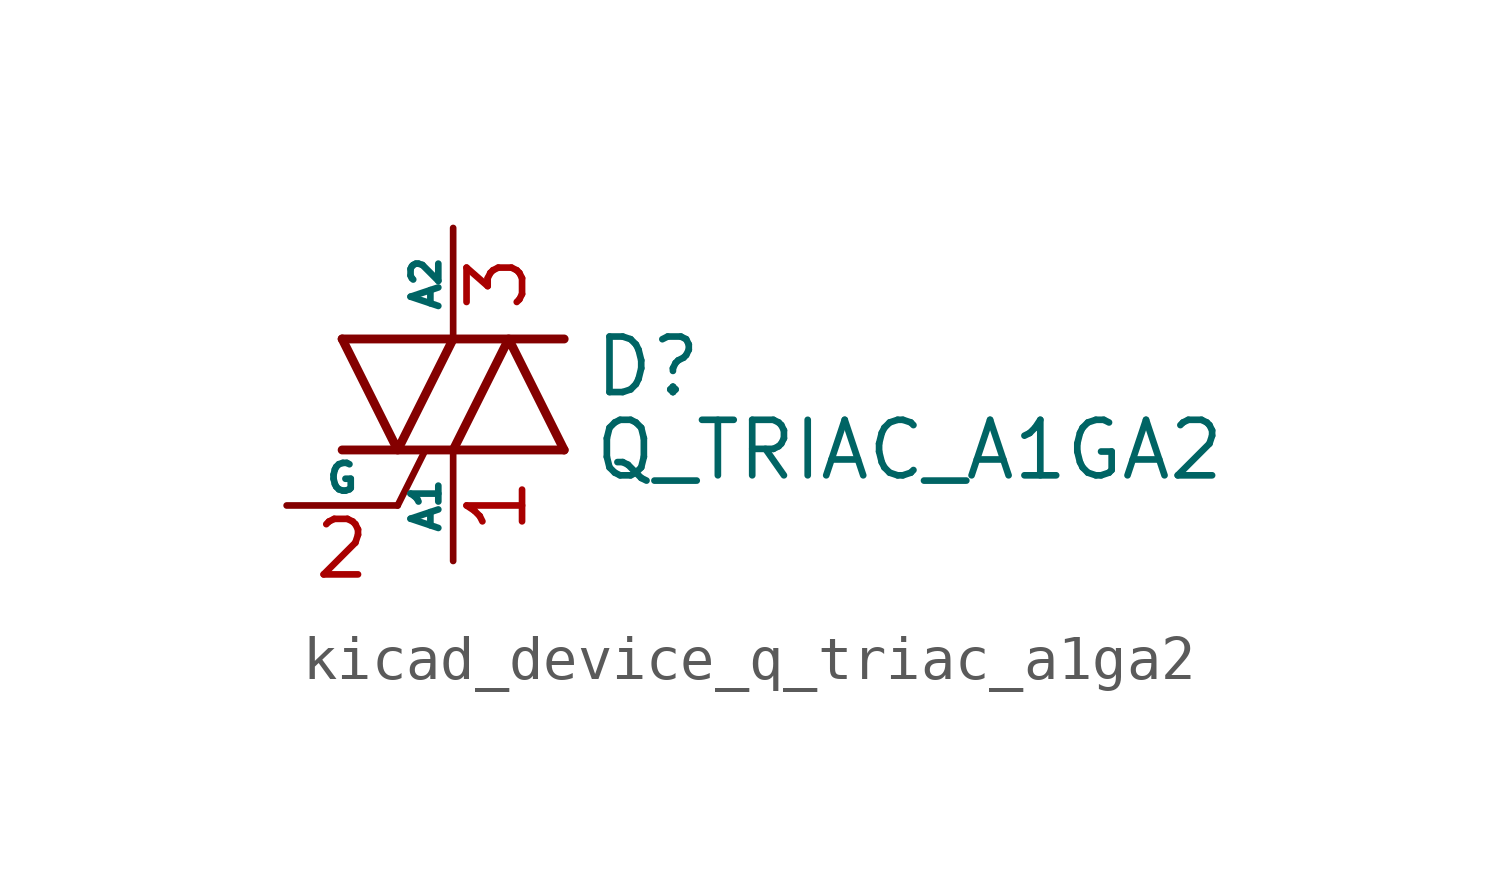
<source format=kicad_sym>
(kicad_symbol_lib
  (version 20220914)
  (generator kicad_symbol_editor)
  (symbol "kicad_device_q_triac_a1ga2"
    (pin_names
      (offset 0))
    (property "Reference" "D"
      (at 3.175 0.635 0)
      (effects (font (size 1.27 1.27)) (justify left)))
    (property "Value" "Q_TRIAC_A1GA2"
      (at 3.175 -1.27 0)
      (effects (font (size 1.27 1.27)) (justify left)))
    (symbol "kicad_device_q_triac_a1ga2_0_1"
      (polyline (pts (xy -2.54 -1.27) (xy 2.54 -1.27)) (stroke (width 0.203) (type default)) (fill (type none)))
      (polyline (pts (xy -2.54 1.27) (xy 2.54 1.27)) (stroke (width 0.203) (type default)) (fill (type none)))
      (polyline (pts (xy -1.27 -2.54) (xy -0.635 -1.27)) (stroke (width 0) (type default)) (fill (type none)))
      (polyline (pts (xy -2.54 1.27) (xy -1.27 -1.27) (xy 0 1.27)) (stroke (width 0.203) (type default)) (fill (type none)))
      (polyline (pts (xy 0 -1.27) (xy 1.27 1.27) (xy 2.54 -1.27)) (stroke (width 0.203) (type default)) (fill (type none))))
    (symbol "kicad_device_q_triac_a1ga2_1_1"
      (pin passive line (at 0 -3.81 90) (length 2.54) (name "A1" (effects (font (size 0.635 0.635)))) (number "1" (effects (font (size 1.27 1.27)))))
      (pin input line (at -3.81 -2.54 0) (length 2.54) (name "G" (effects (font (size 0.635 0.635)))) (number "2" (effects (font (size 1.27 1.27)))))
      (pin passive line (at 0 3.81 270) (length 2.54) (name "A2" (effects (font (size 0.635 0.635)))) (number "3" (effects (font (size 1.27 1.27))))))))
</source>
